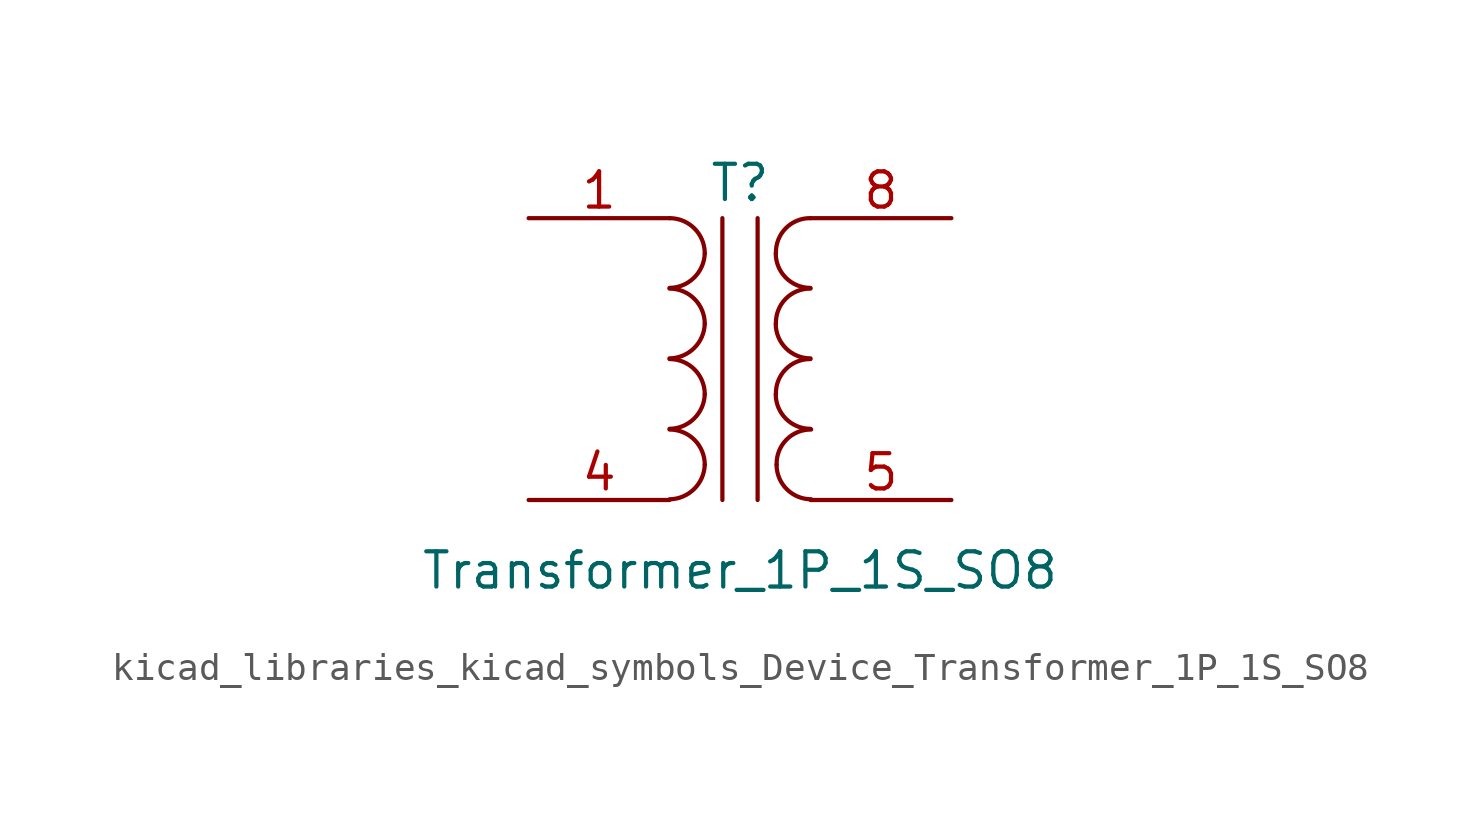
<source format=kicad_sym>
(kicad_symbol_lib
  (version 20220914)
  (generator kicad_symbol_editor)
  (symbol "kicad_libraries_kicad_symbols_Device_Transformer_1P_1S_SO8"
    (pin_names
      (offset 1.016) hide)
    (property "Reference" "T"
      (at 0 6.35 0)
      (effects (font (size 1.27 1.27))))
    (property "Value" "Transformer_1P_1S_SO8"
      (at 0 -7.62 0)
      (effects (font (size 1.27 1.27))))
    (symbol "kicad_libraries_kicad_symbols_Device_Transformer_1P_1S_SO8_0_1"
      (arc (start -2.54 -5.0546) (mid -1.6599 -4.6901) (end -1.27 -3.81) (stroke (width 0) (type default)) (fill (type none)))
      (arc (start -2.54 -2.5146) (mid -1.6599 -2.1501) (end -1.27 -1.27) (stroke (width 0) (type default)) (fill (type none)))
      (arc (start -2.54 0.0254) (mid -1.6599 0.3899) (end -1.27 1.27) (stroke (width 0) (type default)) (fill (type none)))
      (arc (start -2.54 2.5654) (mid -1.6599 2.9299) (end -1.27 3.81) (stroke (width 0) (type default)) (fill (type none)))
      (arc (start -1.27 -3.81) (mid -1.642 -2.912) (end -2.54 -2.54) (stroke (width 0) (type default)) (fill (type none)))
      (arc (start -1.27 -1.27) (mid -1.642 -0.372) (end -2.54 0) (stroke (width 0) (type default)) (fill (type none)))
      (arc (start -1.27 1.27) (mid -1.642 2.168) (end -2.54 2.54) (stroke (width 0) (type default)) (fill (type none)))
      (arc (start -1.27 3.81) (mid -1.642 4.708) (end -2.54 5.08) (stroke (width 0) (type default)) (fill (type none)))
      (polyline (pts (xy -0.635 5.08) (xy -0.635 -5.08)) (stroke (width 0) (type default)) (fill (type none)))
      (polyline (pts (xy 0.635 -5.08) (xy 0.635 5.08)) (stroke (width 0) (type default)) (fill (type none)))
      (arc (start 1.2954 -1.27) (mid 1.6599 -2.1501) (end 2.54 -2.5146) (stroke (width 0) (type default)) (fill (type none)))
      (arc (start 1.2954 1.27) (mid 1.6599 0.3899) (end 2.54 0.0254) (stroke (width 0) (type default)) (fill (type none)))
      (arc (start 1.2954 3.81) (mid 1.6599 2.9299) (end 2.54 2.5654) (stroke (width 0) (type default)) (fill (type none)))
      (arc (start 1.3208 -3.81) (mid 1.6853 -4.6901) (end 2.5654 -5.0546) (stroke (width 0) (type default)) (fill (type none)))
      (arc (start 2.54 0) (mid 1.642 -0.372) (end 1.2954 -1.27) (stroke (width 0) (type default)) (fill (type none)))
      (arc (start 2.54 2.54) (mid 1.642 2.168) (end 1.2954 1.27) (stroke (width 0) (type default)) (fill (type none)))
      (arc (start 2.54 5.08) (mid 1.642 4.708) (end 1.2954 3.81) (stroke (width 0) (type default)) (fill (type none)))
      (arc (start 2.5654 -2.54) (mid 1.6674 -2.912) (end 1.3208 -3.81) (stroke (width 0) (type default)) (fill (type none))))
    (symbol "kicad_libraries_kicad_symbols_Device_Transformer_1P_1S_SO8_1_1"
      (pin passive line (at -7.62 5.08 0) (length 5.08) (name "AA" (effects (font (size 1.27 1.27)))) (number "1" (effects (font (size 1.27 1.27)))))
      (pin passive line (at -7.62 -5.08 0) (length 5.08) (name "AB" (effects (font (size 1.27 1.27)))) (number "4" (effects (font (size 1.27 1.27)))))
      (pin passive line (at 7.62 -5.08 180) (length 5.08) (name "SA" (effects (font (size 1.27 1.27)))) (number "5" (effects (font (size 1.27 1.27)))))
      (pin passive line (at 7.62 5.08 180) (length 5.08) (name "SB" (effects (font (size 1.27 1.27)))) (number "8" (effects (font (size 1.27 1.27))))))))
</source>
